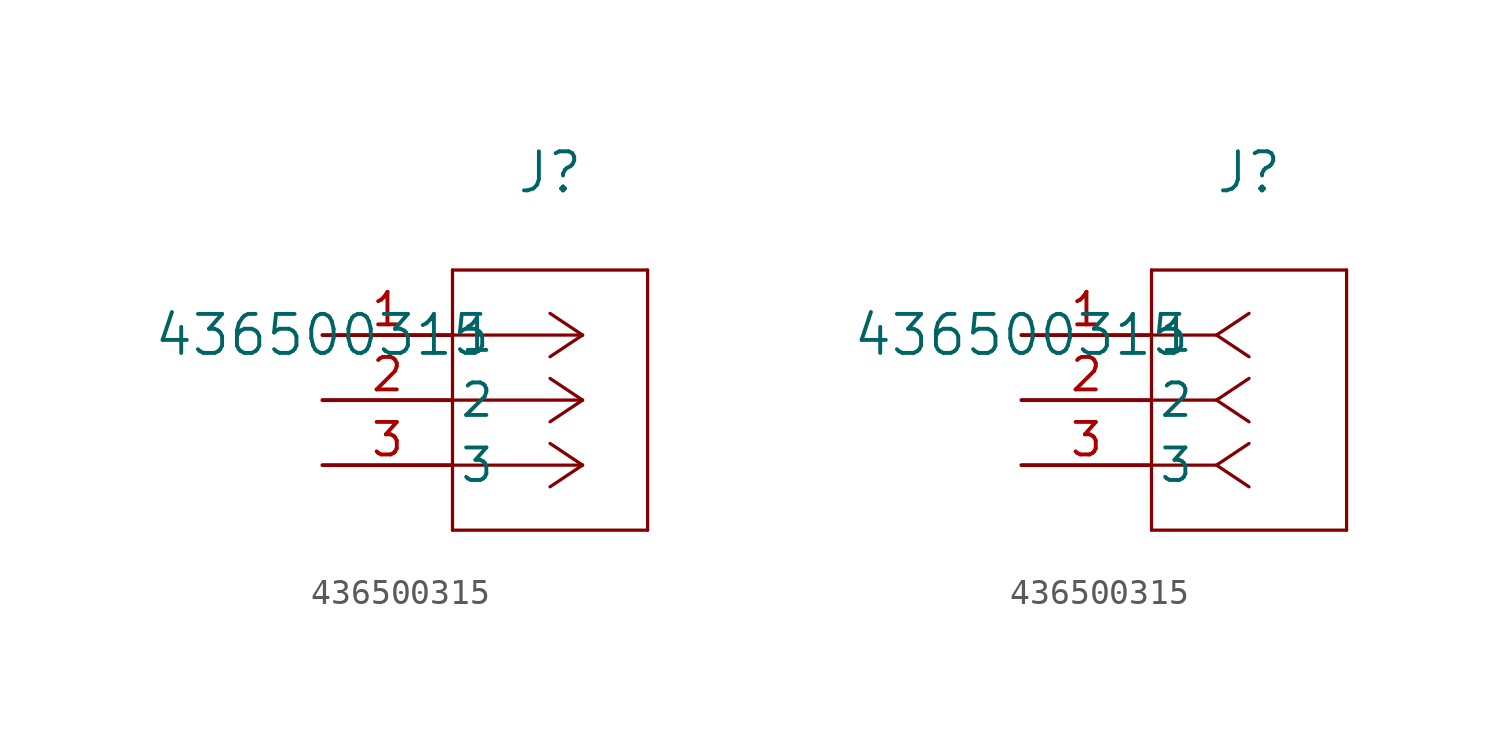
<source format=kicad_sym>
(kicad_symbol_lib
  (version 20211014)
  (generator kicad_symbol_editor)
  (symbol "436500315"
    (pin_names
      (offset 0.254))
    (property "Reference" "J"
      (at 8.89 6.35 0)
      (effects (font (size 1.524 1.524))))
    (property "Value" "436500315"
      (at 0 0 0)
      (effects (font (size 1.524 1.524))))
    (symbol "436500315_1_1"
      (polyline (pts (xy 10.16 0) (xy 5.08 0)) (stroke (width 0.127) (type default) (color 0 0 0 0)) (fill (type none)))
      (polyline (pts (xy 10.16 -2.54) (xy 5.08 -2.54)) (stroke (width 0.127) (type default) (color 0 0 0 0)) (fill (type none)))
      (polyline (pts (xy 10.16 -5.08) (xy 5.08 -5.08)) (stroke (width 0.127) (type default) (color 0 0 0 0)) (fill (type none)))
      (polyline (pts (xy 10.16 0) (xy 8.89 0.847)) (stroke (width 0.127) (type default) (color 0 0 0 0)) (fill (type none)))
      (polyline (pts (xy 10.16 -2.54) (xy 8.89 -1.693)) (stroke (width 0.127) (type default) (color 0 0 0 0)) (fill (type none)))
      (polyline (pts (xy 10.16 -5.08) (xy 8.89 -4.233)) (stroke (width 0.127) (type default) (color 0 0 0 0)) (fill (type none)))
      (polyline (pts (xy 10.16 0) (xy 8.89 -0.847)) (stroke (width 0.127) (type default) (color 0 0 0 0)) (fill (type none)))
      (polyline (pts (xy 10.16 -2.54) (xy 8.89 -3.387)) (stroke (width 0.127) (type default) (color 0 0 0 0)) (fill (type none)))
      (polyline (pts (xy 10.16 -5.08) (xy 8.89 -5.927)) (stroke (width 0.127) (type default) (color 0 0 0 0)) (fill (type none)))
      (polyline (pts (xy 5.08 2.54) (xy 5.08 -7.62)) (stroke (width 0.127) (type default) (color 0 0 0 0)) (fill (type none)))
      (polyline (pts (xy 5.08 -7.62) (xy 12.7 -7.62)) (stroke (width 0.127) (type default) (color 0 0 0 0)) (fill (type none)))
      (polyline (pts (xy 12.7 -7.62) (xy 12.7 2.54)) (stroke (width 0.127) (type default) (color 0 0 0 0)) (fill (type none)))
      (polyline (pts (xy 12.7 2.54) (xy 5.08 2.54)) (stroke (width 0.127) (type default) (color 0 0 0 0)) (fill (type none)))
      (pin unspecified line (at 0 0 0) (length 5.08) (name "1" (effects (font (size 1.27 1.27)))) (number "1" (effects (font (size 1.27 1.27)))))
      (pin unspecified line (at 0 -2.54 0) (length 5.08) (name "2" (effects (font (size 1.27 1.27)))) (number "2" (effects (font (size 1.27 1.27)))))
      (pin unspecified line (at 0 -5.08 0) (length 5.08) (name "3" (effects (font (size 1.27 1.27)))) (number "3" (effects (font (size 1.27 1.27))))))
    (symbol "436500315_1_2"
      (polyline (pts (xy 7.62 0) (xy 5.08 0)) (stroke (width 0.127) (type default) (color 0 0 0 0)) (fill (type none)))
      (polyline (pts (xy 7.62 -2.54) (xy 5.08 -2.54)) (stroke (width 0.127) (type default) (color 0 0 0 0)) (fill (type none)))
      (polyline (pts (xy 7.62 -5.08) (xy 5.08 -5.08)) (stroke (width 0.127) (type default) (color 0 0 0 0)) (fill (type none)))
      (polyline (pts (xy 7.62 0) (xy 8.89 0.847)) (stroke (width 0.127) (type default) (color 0 0 0 0)) (fill (type none)))
      (polyline (pts (xy 7.62 -2.54) (xy 8.89 -1.693)) (stroke (width 0.127) (type default) (color 0 0 0 0)) (fill (type none)))
      (polyline (pts (xy 7.62 -5.08) (xy 8.89 -4.233)) (stroke (width 0.127) (type default) (color 0 0 0 0)) (fill (type none)))
      (polyline (pts (xy 7.62 0) (xy 8.89 -0.847)) (stroke (width 0.127) (type default) (color 0 0 0 0)) (fill (type none)))
      (polyline (pts (xy 7.62 -2.54) (xy 8.89 -3.387)) (stroke (width 0.127) (type default) (color 0 0 0 0)) (fill (type none)))
      (polyline (pts (xy 7.62 -5.08) (xy 8.89 -5.927)) (stroke (width 0.127) (type default) (color 0 0 0 0)) (fill (type none)))
      (polyline (pts (xy 5.08 2.54) (xy 5.08 -7.62)) (stroke (width 0.127) (type default) (color 0 0 0 0)) (fill (type none)))
      (polyline (pts (xy 5.08 -7.62) (xy 12.7 -7.62)) (stroke (width 0.127) (type default) (color 0 0 0 0)) (fill (type none)))
      (polyline (pts (xy 12.7 -7.62) (xy 12.7 2.54)) (stroke (width 0.127) (type default) (color 0 0 0 0)) (fill (type none)))
      (polyline (pts (xy 12.7 2.54) (xy 5.08 2.54)) (stroke (width 0.127) (type default) (color 0 0 0 0)) (fill (type none)))
      (pin unspecified line (at 0 0 0) (length 5.08) (name "1" (effects (font (size 1.27 1.27)))) (number "1" (effects (font (size 1.27 1.27)))))
      (pin unspecified line (at 0 -2.54 0) (length 5.08) (name "2" (effects (font (size 1.27 1.27)))) (number "2" (effects (font (size 1.27 1.27)))))
      (pin unspecified line (at 0 -5.08 0) (length 5.08) (name "3" (effects (font (size 1.27 1.27)))) (number "3" (effects (font (size 1.27 1.27))))))))
</source>
